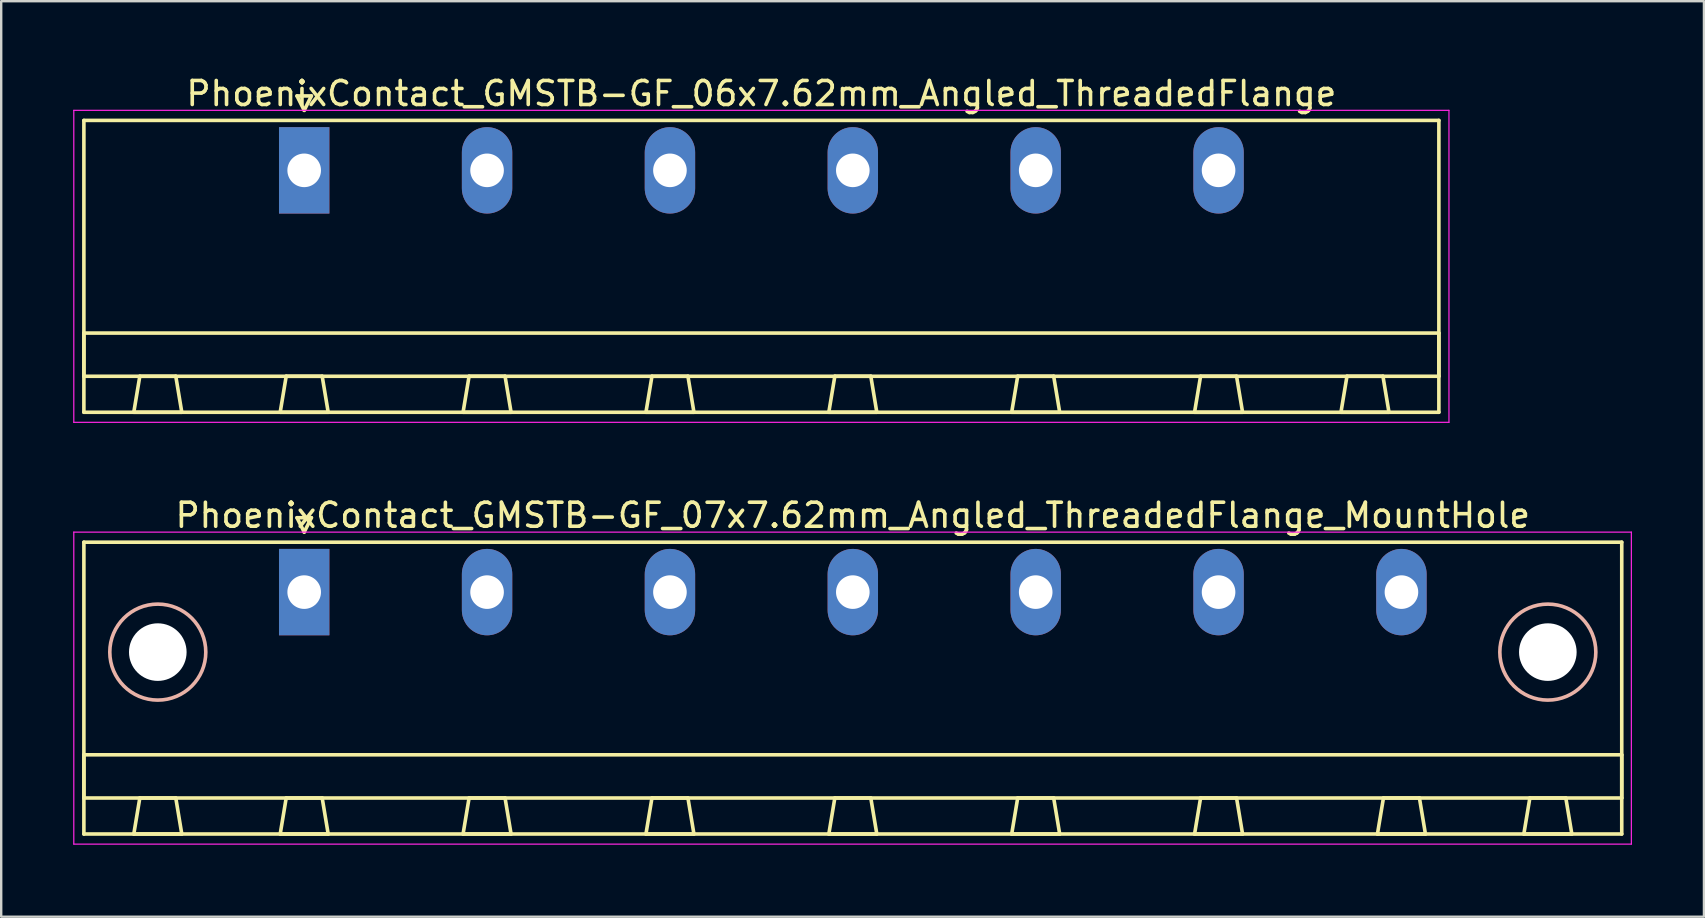
<source format=kicad_pcb>
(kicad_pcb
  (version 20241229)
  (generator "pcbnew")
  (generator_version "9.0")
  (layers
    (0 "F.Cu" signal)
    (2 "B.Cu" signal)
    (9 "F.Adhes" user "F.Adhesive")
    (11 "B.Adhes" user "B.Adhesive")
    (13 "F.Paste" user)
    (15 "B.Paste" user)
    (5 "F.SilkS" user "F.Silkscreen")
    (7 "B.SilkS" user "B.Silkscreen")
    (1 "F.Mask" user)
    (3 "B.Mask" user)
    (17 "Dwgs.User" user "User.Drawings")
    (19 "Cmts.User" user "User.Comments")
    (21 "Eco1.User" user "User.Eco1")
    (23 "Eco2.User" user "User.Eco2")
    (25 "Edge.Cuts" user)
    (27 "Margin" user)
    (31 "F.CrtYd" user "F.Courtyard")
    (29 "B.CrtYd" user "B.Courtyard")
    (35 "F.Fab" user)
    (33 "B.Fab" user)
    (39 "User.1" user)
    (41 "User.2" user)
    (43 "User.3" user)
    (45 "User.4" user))
  (footprint "PhoenixContact_GMSTB-GF_07x7.62mm_Angled_ThreadedFlange_MountHole"
    (layer "F.Cu")
    (at 9.625 21.622)
    (property "Reference" "PhoenixContact_GMSTB-GF_07x7.62mm_Angled_ThreadedFlange_MountHole" (at 22.86 -3.2 0) (layer "F.SilkS") (effects (font (size 1 1) (thickness 0.15))))
    (attr through_hole)
    (fp_line (start -9.18 -2.08) (end -9.18 10.08) (stroke (width 0.15) (type solid)) (layer "F.SilkS"))
    (fp_line (start -9.18 6.78) (end 54.9 6.78) (stroke (width 0.15) (type solid)) (layer "F.SilkS"))
    (fp_line (start -9.18 8.58) (end -9.18 6.78) (stroke (width 0.15) (type solid)) (layer "F.SilkS"))
    (fp_line (start -9.18 10.08) (end 54.9 10.08) (stroke (width 0.15) (type solid)) (layer "F.SilkS"))
    (fp_line (start -7.1 10.08) (end -5.1 10.08) (stroke (width 0.15) (type solid)) (layer "F.SilkS"))
    (fp_line (start -6.85 8.58) (end -7.1 10.08) (stroke (width 0.15) (type solid)) (layer "F.SilkS"))
    (fp_line (start -5.35 8.58) (end -6.85 8.58) (stroke (width 0.15) (type solid)) (layer "F.SilkS"))
    (fp_line (start -5.1 10.08) (end -5.35 8.58) (stroke (width 0.15) (type solid)) (layer "F.SilkS"))
    (fp_line (start -1 10.08) (end 1 10.08) (stroke (width 0.15) (type solid)) (layer "F.SilkS"))
    (fp_line (start -0.75 8.58) (end -1 10.08) (stroke (width 0.15) (type solid)) (layer "F.SilkS"))
    (fp_line (start -0.3 -3.1) (end 0 -2.5) (stroke (width 0.15) (type solid)) (layer "F.SilkS"))
    (fp_line (start 0 -2.5) (end 0.3 -3.1) (stroke (width 0.15) (type solid)) (layer "F.SilkS"))
    (fp_line (start 0.3 -3.1) (end -0.3 -3.1) (stroke (width 0.15) (type solid)) (layer "F.SilkS"))
    (fp_line (start 0.75 8.58) (end -0.75 8.58) (stroke (width 0.15) (type solid)) (layer "F.SilkS"))
    (fp_line (start 1 10.08) (end 0.75 8.58) (stroke (width 0.15) (type solid)) (layer "F.SilkS"))
    (fp_line (start 6.62 10.08) (end 8.62 10.08) (stroke (width 0.15) (type solid)) (layer "F.SilkS"))
    (fp_line (start 6.87 8.58) (end 6.62 10.08) (stroke (width 0.15) (type solid)) (layer "F.SilkS"))
    (fp_line (start 8.37 8.58) (end 6.87 8.58) (stroke (width 0.15) (type solid)) (layer "F.SilkS"))
    (fp_line (start 8.62 10.08) (end 8.37 8.58) (stroke (width 0.15) (type solid)) (layer "F.SilkS"))
    (fp_line (start 14.24 10.08) (end 16.24 10.08) (stroke (width 0.15) (type solid)) (layer "F.SilkS"))
    (fp_line (start 14.49 8.58) (end 14.24 10.08) (stroke (width 0.15) (type solid)) (layer "F.SilkS"))
    (fp_line (start 15.99 8.58) (end 14.49 8.58) (stroke (width 0.15) (type solid)) (layer "F.SilkS"))
    (fp_line (start 16.24 10.08) (end 15.99 8.58) (stroke (width 0.15) (type solid)) (layer "F.SilkS"))
    (fp_line (start 21.86 10.08) (end 23.86 10.08) (stroke (width 0.15) (type solid)) (layer "F.SilkS"))
    (fp_line (start 22.11 8.58) (end 21.86 10.08) (stroke (width 0.15) (type solid)) (layer "F.SilkS"))
    (fp_line (start 23.61 8.58) (end 22.11 8.58) (stroke (width 0.15) (type solid)) (layer "F.SilkS"))
    (fp_line (start 23.86 10.08) (end 23.61 8.58) (stroke (width 0.15) (type solid)) (layer "F.SilkS"))
    (fp_line (start 29.48 10.08) (end 31.48 10.08) (stroke (width 0.15) (type solid)) (layer "F.SilkS"))
    (fp_line (start 29.73 8.58) (end 29.48 10.08) (stroke (width 0.15) (type solid)) (layer "F.SilkS"))
    (fp_line (start 31.23 8.58) (end 29.73 8.58) (stroke (width 0.15) (type solid)) (layer "F.SilkS"))
    (fp_line (start 31.48 10.08) (end 31.23 8.58) (stroke (width 0.15) (type solid)) (layer "F.SilkS"))
    (fp_line (start 37.1 10.08) (end 39.1 10.08) (stroke (width 0.15) (type solid)) (layer "F.SilkS"))
    (fp_line (start 37.35 8.58) (end 37.1 10.08) (stroke (width 0.15) (type solid)) (layer "F.SilkS"))
    (fp_line (start 38.85 8.58) (end 37.35 8.58) (stroke (width 0.15) (type solid)) (layer "F.SilkS"))
    (fp_line (start 39.1 10.08) (end 38.85 8.58) (stroke (width 0.15) (type solid)) (layer "F.SilkS"))
    (fp_line (start 44.72 10.08) (end 46.72 10.08) (stroke (width 0.15) (type solid)) (layer "F.SilkS"))
    (fp_line (start 44.97 8.58) (end 44.72 10.08) (stroke (width 0.15) (type solid)) (layer "F.SilkS"))
    (fp_line (start 46.47 8.58) (end 44.97 8.58) (stroke (width 0.15) (type solid)) (layer "F.SilkS"))
    (fp_line (start 46.72 10.08) (end 46.47 8.58) (stroke (width 0.15) (type solid)) (layer "F.SilkS"))
    (fp_line (start 50.82 10.08) (end 52.82 10.08) (stroke (width 0.15) (type solid)) (layer "F.SilkS"))
    (fp_line (start 51.07 8.58) (end 50.82 10.08) (stroke (width 0.15) (type solid)) (layer "F.SilkS"))
    (fp_line (start 52.57 8.58) (end 51.07 8.58) (stroke (width 0.15) (type solid)) (layer "F.SilkS"))
    (fp_line (start 52.82 10.08) (end 52.57 8.58) (stroke (width 0.15) (type solid)) (layer "F.SilkS"))
    (fp_line (start 54.9 -2.08) (end -9.18 -2.08) (stroke (width 0.15) (type solid)) (layer "F.SilkS"))
    (fp_line (start 54.9 6.78) (end 54.9 8.58) (stroke (width 0.15) (type solid)) (layer "F.SilkS"))
    (fp_line (start 54.9 8.58) (end -9.18 8.58) (stroke (width 0.15) (type solid)) (layer "F.SilkS"))
    (fp_line (start 54.9 10.08) (end 54.9 -2.08) (stroke (width 0.15) (type solid)) (layer "F.SilkS"))
    (fp_circle (center -6.1 2.5) (end -4.1 2.5) (stroke (width 0.15) (type solid)) (fill no) (layer "B.SilkS"))
    (fp_circle (center 51.82 2.5) (end 53.82 2.5) (stroke (width 0.15) (type solid)) (fill no) (layer "B.SilkS"))
    (fp_line (start -9.6 -2.5) (end -9.6 10.5) (stroke (width 0.05) (type solid)) (layer "F.CrtYd"))
    (fp_line (start -9.6 10.5) (end 55.3 10.5) (stroke (width 0.05) (type solid)) (layer "F.CrtYd"))
    (fp_line (start 55.3 -2.5) (end -9.6 -2.5) (stroke (width 0.05) (type solid)) (layer "F.CrtYd"))
    (fp_line (start 55.3 10.5) (end 55.3 -2.5) (stroke (width 0.05) (type solid)) (layer "F.CrtYd"))
    (pad "" np_thru_hole circle (at -6.1 2.5) (size 2.4 2.4) (drill 2.4) (layers "*.Cu" "*.Mask"))
    (pad "" np_thru_hole circle (at 51.82 2.5) (size 2.4 2.4) (drill 2.4) (layers "*.Cu" "*.Mask"))
    (pad "1" thru_hole rect (at 0 0) (size 2.1 3.6) (drill 1.4) (layers "*.Cu" "*.Mask"))
    (pad "2" thru_hole oval (at 7.62 0) (size 2.1 3.6) (drill 1.4) (layers "*.Cu" "*.Mask"))
    (pad "3" thru_hole oval (at 15.24 0) (size 2.1 3.6) (drill 1.4) (layers "*.Cu" "*.Mask"))
    (pad "4" thru_hole oval (at 22.86 0) (size 2.1 3.6) (drill 1.4) (layers "*.Cu" "*.Mask"))
    (pad "5" thru_hole oval (at 30.48 0) (size 2.1 3.6) (drill 1.4) (layers "*.Cu" "*.Mask"))
    (pad "6" thru_hole oval (at 38.1 0) (size 2.1 3.6) (drill 1.4) (layers "*.Cu" "*.Mask"))
    (pad "7" thru_hole oval (at 45.72 0) (size 2.1 3.6) (drill 1.4) (layers "*.Cu" "*.Mask")))
  (footprint "PhoenixContact_GMSTB-GF_06x7.62mm_Angled_ThreadedFlange"
    (layer "F.Cu")
    (at 9.625 4.048)
    (property "Reference" "PhoenixContact_GMSTB-GF_06x7.62mm_Angled_ThreadedFlange" (at 19.05 -3.2 0) (layer "F.SilkS") (effects (font (size 1 1) (thickness 0.15))))
    (attr through_hole)
    (fp_line (start -9.18 -2.08) (end -9.18 10.08) (stroke (width 0.15) (type solid)) (layer "F.SilkS"))
    (fp_line (start -9.18 6.78) (end 47.28 6.78) (stroke (width 0.15) (type solid)) (layer "F.SilkS"))
    (fp_line (start -9.18 8.58) (end -9.18 6.78) (stroke (width 0.15) (type solid)) (layer "F.SilkS"))
    (fp_line (start -9.18 10.08) (end 47.28 10.08) (stroke (width 0.15) (type solid)) (layer "F.SilkS"))
    (fp_line (start -7.1 10.08) (end -5.1 10.08) (stroke (width 0.15) (type solid)) (layer "F.SilkS"))
    (fp_line (start -6.85 8.58) (end -7.1 10.08) (stroke (width 0.15) (type solid)) (layer "F.SilkS"))
    (fp_line (start -5.35 8.58) (end -6.85 8.58) (stroke (width 0.15) (type solid)) (layer "F.SilkS"))
    (fp_line (start -5.1 10.08) (end -5.35 8.58) (stroke (width 0.15) (type solid)) (layer "F.SilkS"))
    (fp_line (start -1 10.08) (end 1 10.08) (stroke (width 0.15) (type solid)) (layer "F.SilkS"))
    (fp_line (start -0.75 8.58) (end -1 10.08) (stroke (width 0.15) (type solid)) (layer "F.SilkS"))
    (fp_line (start -0.3 -3.1) (end 0 -2.5) (stroke (width 0.15) (type solid)) (layer "F.SilkS"))
    (fp_line (start 0 -2.5) (end 0.3 -3.1) (stroke (width 0.15) (type solid)) (layer "F.SilkS"))
    (fp_line (start 0.3 -3.1) (end -0.3 -3.1) (stroke (width 0.15) (type solid)) (layer "F.SilkS"))
    (fp_line (start 0.75 8.58) (end -0.75 8.58) (stroke (width 0.15) (type solid)) (layer "F.SilkS"))
    (fp_line (start 1 10.08) (end 0.75 8.58) (stroke (width 0.15) (type solid)) (layer "F.SilkS"))
    (fp_line (start 6.62 10.08) (end 8.62 10.08) (stroke (width 0.15) (type solid)) (layer "F.SilkS"))
    (fp_line (start 6.87 8.58) (end 6.62 10.08) (stroke (width 0.15) (type solid)) (layer "F.SilkS"))
    (fp_line (start 8.37 8.58) (end 6.87 8.58) (stroke (width 0.15) (type solid)) (layer "F.SilkS"))
    (fp_line (start 8.62 10.08) (end 8.37 8.58) (stroke (width 0.15) (type solid)) (layer "F.SilkS"))
    (fp_line (start 14.24 10.08) (end 16.24 10.08) (stroke (width 0.15) (type solid)) (layer "F.SilkS"))
    (fp_line (start 14.49 8.58) (end 14.24 10.08) (stroke (width 0.15) (type solid)) (layer "F.SilkS"))
    (fp_line (start 15.99 8.58) (end 14.49 8.58) (stroke (width 0.15) (type solid)) (layer "F.SilkS"))
    (fp_line (start 16.24 10.08) (end 15.99 8.58) (stroke (width 0.15) (type solid)) (layer "F.SilkS"))
    (fp_line (start 21.86 10.08) (end 23.86 10.08) (stroke (width 0.15) (type solid)) (layer "F.SilkS"))
    (fp_line (start 22.11 8.58) (end 21.86 10.08) (stroke (width 0.15) (type solid)) (layer "F.SilkS"))
    (fp_line (start 23.61 8.58) (end 22.11 8.58) (stroke (width 0.15) (type solid)) (layer "F.SilkS"))
    (fp_line (start 23.86 10.08) (end 23.61 8.58) (stroke (width 0.15) (type solid)) (layer "F.SilkS"))
    (fp_line (start 29.48 10.08) (end 31.48 10.08) (stroke (width 0.15) (type solid)) (layer "F.SilkS"))
    (fp_line (start 29.73 8.58) (end 29.48 10.08) (stroke (width 0.15) (type solid)) (layer "F.SilkS"))
    (fp_line (start 31.23 8.58) (end 29.73 8.58) (stroke (width 0.15) (type solid)) (layer "F.SilkS"))
    (fp_line (start 31.48 10.08) (end 31.23 8.58) (stroke (width 0.15) (type solid)) (layer "F.SilkS"))
    (fp_line (start 37.1 10.08) (end 39.1 10.08) (stroke (width 0.15) (type solid)) (layer "F.SilkS"))
    (fp_line (start 37.35 8.58) (end 37.1 10.08) (stroke (width 0.15) (type solid)) (layer "F.SilkS"))
    (fp_line (start 38.85 8.58) (end 37.35 8.58) (stroke (width 0.15) (type solid)) (layer "F.SilkS"))
    (fp_line (start 39.1 10.08) (end 38.85 8.58) (stroke (width 0.15) (type solid)) (layer "F.SilkS"))
    (fp_line (start 43.2 10.08) (end 45.2 10.08) (stroke (width 0.15) (type solid)) (layer "F.SilkS"))
    (fp_line (start 43.45 8.58) (end 43.2 10.08) (stroke (width 0.15) (type solid)) (layer "F.SilkS"))
    (fp_line (start 44.95 8.58) (end 43.45 8.58) (stroke (width 0.15) (type solid)) (layer "F.SilkS"))
    (fp_line (start 45.2 10.08) (end 44.95 8.58) (stroke (width 0.15) (type solid)) (layer "F.SilkS"))
    (fp_line (start 47.28 -2.08) (end -9.18 -2.08) (stroke (width 0.15) (type solid)) (layer "F.SilkS"))
    (fp_line (start 47.28 6.78) (end 47.28 8.58) (stroke (width 0.15) (type solid)) (layer "F.SilkS"))
    (fp_line (start 47.28 8.58) (end -9.18 8.58) (stroke (width 0.15) (type solid)) (layer "F.SilkS"))
    (fp_line (start 47.28 10.08) (end 47.28 -2.08) (stroke (width 0.15) (type solid)) (layer "F.SilkS"))
    (fp_line (start -9.6 -2.5) (end -9.6 10.5) (stroke (width 0.05) (type solid)) (layer "F.CrtYd"))
    (fp_line (start -9.6 10.5) (end 47.7 10.5) (stroke (width 0.05) (type solid)) (layer "F.CrtYd"))
    (fp_line (start 47.7 -2.5) (end -9.6 -2.5) (stroke (width 0.05) (type solid)) (layer "F.CrtYd"))
    (fp_line (start 47.7 10.5) (end 47.7 -2.5) (stroke (width 0.05) (type solid)) (layer "F.CrtYd"))
    (pad "1" thru_hole rect (at 0 0) (size 2.1 3.6) (drill 1.4) (layers "*.Cu" "*.Mask"))
    (pad "2" thru_hole oval (at 7.62 0) (size 2.1 3.6) (drill 1.4) (layers "*.Cu" "*.Mask"))
    (pad "3" thru_hole oval (at 15.24 0) (size 2.1 3.6) (drill 1.4) (layers "*.Cu" "*.Mask"))
    (pad "4" thru_hole oval (at 22.86 0) (size 2.1 3.6) (drill 1.4) (layers "*.Cu" "*.Mask"))
    (pad "5" thru_hole oval (at 30.48 0) (size 2.1 3.6) (drill 1.4) (layers "*.Cu" "*.Mask"))
    (pad "6" thru_hole oval (at 38.1 0) (size 2.1 3.6) (drill 1.4) (layers "*.Cu" "*.Mask")))
  (gr_rect
    (start -3 -3)
    (end 67.95 35.147)
    (stroke (width 0.1) (type default))
    (fill no)
    (layer "Edge.Cuts")))
</source>
